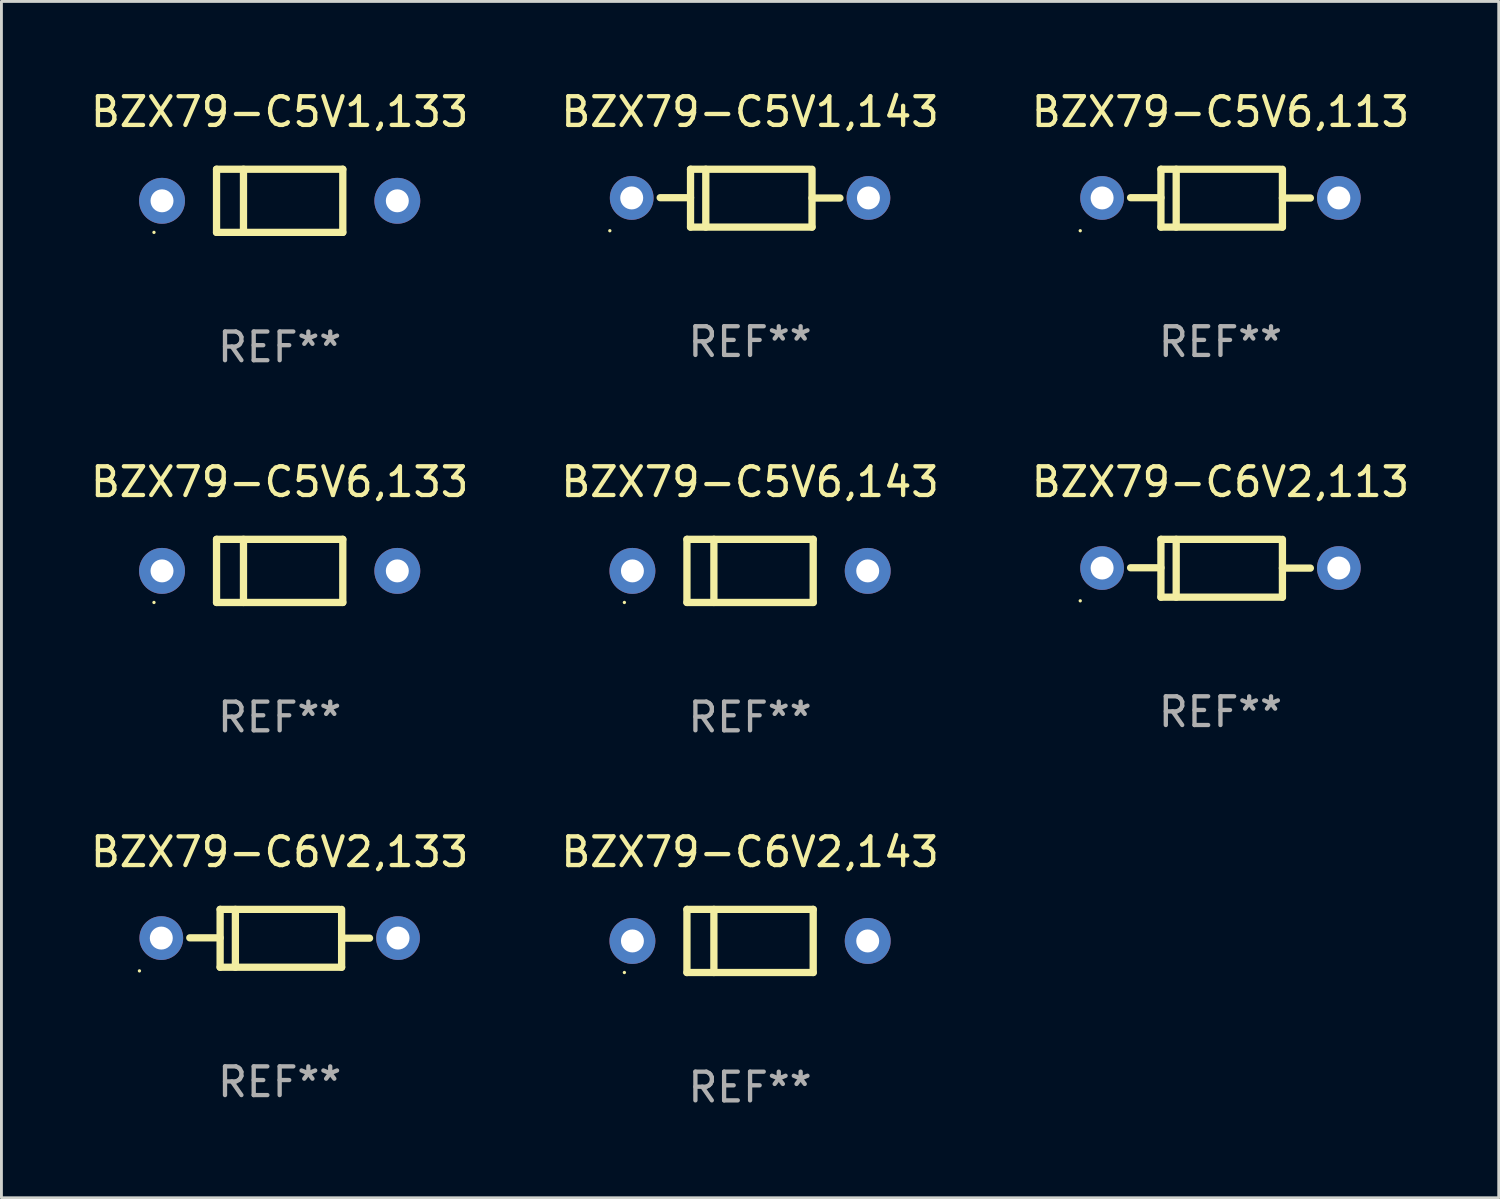
<source format=kicad_pcb>
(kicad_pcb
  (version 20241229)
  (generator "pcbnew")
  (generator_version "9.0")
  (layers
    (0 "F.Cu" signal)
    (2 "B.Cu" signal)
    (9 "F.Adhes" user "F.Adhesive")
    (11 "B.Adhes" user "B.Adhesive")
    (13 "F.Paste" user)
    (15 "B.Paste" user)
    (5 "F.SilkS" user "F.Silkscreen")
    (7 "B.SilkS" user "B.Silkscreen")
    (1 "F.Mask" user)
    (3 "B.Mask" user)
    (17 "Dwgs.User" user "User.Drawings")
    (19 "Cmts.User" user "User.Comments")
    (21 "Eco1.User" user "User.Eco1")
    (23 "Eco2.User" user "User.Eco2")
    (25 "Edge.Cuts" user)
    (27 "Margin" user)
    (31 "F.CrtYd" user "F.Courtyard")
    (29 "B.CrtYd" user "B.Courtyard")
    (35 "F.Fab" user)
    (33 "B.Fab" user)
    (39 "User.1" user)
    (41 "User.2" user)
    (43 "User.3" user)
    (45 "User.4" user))
  (footprint "BZX79-C6V2,113"
    (layer "F.Cu")
    (at 39.482 16.753)
    (property "Reference" "BZX79-C6V2,113" (at 0 -3.008 0) (layer "F.SilkS") (effects (font (size 1 1) (thickness 0.15))))
    (attr through_hole)
    (fp_line (start -2.075 -1.008) (end -2.075 1.008) (stroke (width 0.254) (type solid)) (layer "F.SilkS"))
    (fp_line (start -2.075 -0.017) (end -3.132 -0.017) (stroke (width 0.254) (type solid)) (layer "F.SilkS"))
    (fp_line (start -2.075 1.008) (end 2.159 1.008) (stroke (width 0.254) (type solid)) (layer "F.SilkS"))
    (fp_line (start -1.543 -1.008) (end -1.543 1.008) (stroke (width 0.254) (type solid)) (layer "F.SilkS"))
    (fp_line (start 2.075 -1.008) (end -2.075 -1.008) (stroke (width 0.254) (type solid)) (layer "F.SilkS"))
    (fp_line (start 2.159 -0.005) (end 3.132 -0.005) (stroke (width 0.254) (type solid)) (layer "F.SilkS"))
    (fp_line (start 2.159 1.008) (end 2.159 -1.008) (stroke (width 0.254) (type solid)) (layer "F.SilkS"))
    (fp_circle (center -4.887 1.135) (end -4.857 1.135) (stroke (width 0.06) (type solid)) (fill no) (layer "F.SilkS"))
    (fp_text user "REF**" (at 0 5.008 0) (layer "F.Fab") (effects (font (size 1 1) (thickness 0.15))))
    (pad "1" thru_hole circle (at -4.125 -0.008) (size 1.524 1.524) (drill 0.8) (layers "*.Cu" "*.Mask"))
    (pad "2" thru_hole circle (at 4.125 -0.008) (size 1.524 1.524) (drill 0.8) (layers "*.Cu" "*.Mask")))
  (footprint "BZX79-C5V1,133"
    (layer "F.Cu")
    (at 6.696 3.948)
    (property "Reference" "BZX79-C5V1,133" (at 0 -3.1 0) (layer "F.SilkS") (effects (font (size 1 1) (thickness 0.15))))
    (attr through_hole)
    (fp_line (start -2.2 -1.1) (end -2.2 1.1) (stroke (width 0.254) (type solid)) (layer "F.SilkS"))
    (fp_line (start -2.2 -1.1) (end 2.2 -1.1) (stroke (width 0.254) (type solid)) (layer "F.SilkS"))
    (fp_line (start -2.2 1.1) (end 2.2 1.1) (stroke (width 0.254) (type solid)) (layer "F.SilkS"))
    (fp_line (start -1.261 -1.1) (end -1.261 1.1) (stroke (width 0.254) (type solid)) (layer "F.SilkS"))
    (fp_line (start 2.2 -1.1) (end 2.2 1.1) (stroke (width 0.254) (type solid)) (layer "F.SilkS"))
    (fp_circle (center -4.38 1.1) (end -4.35 1.1) (stroke (width 0.06) (type solid)) (fill no) (layer "F.SilkS"))
    (fp_text user "REF**" (at 0 5.1 0) (layer "F.Fab") (effects (font (size 1 1) (thickness 0.15))))
    (pad "1" thru_hole circle (at -4.1 0) (size 1.6 1.6) (drill 0.8) (layers "*.Cu" "*.Mask"))
    (pad "2" thru_hole circle (at 4.1 0) (size 1.6 1.6) (drill 0.8) (layers "*.Cu" "*.Mask")))
  (footprint "BZX79-C6V2,143"
    (layer "F.Cu")
    (at 23.089 29.741)
    (property "Reference" "BZX79-C6V2,143" (at 0 -3.1 0) (layer "F.SilkS") (effects (font (size 1 1) (thickness 0.15))))
    (attr through_hole)
    (fp_line (start -2.2 -1.1) (end -2.2 1.1) (stroke (width 0.254) (type solid)) (layer "F.SilkS"))
    (fp_line (start -2.2 -1.1) (end 2.2 -1.1) (stroke (width 0.254) (type solid)) (layer "F.SilkS"))
    (fp_line (start -2.2 1.1) (end 2.2 1.1) (stroke (width 0.254) (type solid)) (layer "F.SilkS"))
    (fp_line (start -1.261 -1.1) (end -1.261 1.1) (stroke (width 0.254) (type solid)) (layer "F.SilkS"))
    (fp_line (start 2.2 -1.1) (end 2.2 1.1) (stroke (width 0.254) (type solid)) (layer "F.SilkS"))
    (fp_circle (center -4.38 1.1) (end -4.35 1.1) (stroke (width 0.06) (type solid)) (fill no) (layer "F.SilkS"))
    (fp_text user "REF**" (at 0 5.1 0) (layer "F.Fab") (effects (font (size 1 1) (thickness 0.15))))
    (pad "1" thru_hole circle (at -4.1 0) (size 1.6 1.6) (drill 0.8) (layers "*.Cu" "*.Mask"))
    (pad "2" thru_hole circle (at 4.1 0) (size 1.6 1.6) (drill 0.8) (layers "*.Cu" "*.Mask")))
  (footprint "BZX79-C5V6,143"
    (layer "F.Cu")
    (at 23.089 16.845)
    (property "Reference" "BZX79-C5V6,143" (at 0 -3.1 0) (layer "F.SilkS") (effects (font (size 1 1) (thickness 0.15))))
    (attr through_hole)
    (fp_line (start -2.2 -1.1) (end -2.2 1.1) (stroke (width 0.254) (type solid)) (layer "F.SilkS"))
    (fp_line (start -2.2 -1.1) (end 2.2 -1.1) (stroke (width 0.254) (type solid)) (layer "F.SilkS"))
    (fp_line (start -2.2 1.1) (end 2.2 1.1) (stroke (width 0.254) (type solid)) (layer "F.SilkS"))
    (fp_line (start -1.261 -1.1) (end -1.261 1.1) (stroke (width 0.254) (type solid)) (layer "F.SilkS"))
    (fp_line (start 2.2 -1.1) (end 2.2 1.1) (stroke (width 0.254) (type solid)) (layer "F.SilkS"))
    (fp_circle (center -4.38 1.1) (end -4.35 1.1) (stroke (width 0.06) (type solid)) (fill no) (layer "F.SilkS"))
    (fp_text user "REF**" (at 0 5.1 0) (layer "F.Fab") (effects (font (size 1 1) (thickness 0.15))))
    (pad "1" thru_hole circle (at -4.1 0) (size 1.6 1.6) (drill 0.8) (layers "*.Cu" "*.Mask"))
    (pad "2" thru_hole circle (at 4.1 0) (size 1.6 1.6) (drill 0.8) (layers "*.Cu" "*.Mask")))
  (footprint "BZX79-C6V2,133"
    (layer "F.Cu")
    (at 6.696 29.649)
    (property "Reference" "BZX79-C6V2,133" (at 0 -3.008 0) (layer "F.SilkS") (effects (font (size 1 1) (thickness 0.15))))
    (attr through_hole)
    (fp_line (start -2.075 -1.008) (end -2.075 1.008) (stroke (width 0.254) (type solid)) (layer "F.SilkS"))
    (fp_line (start -2.075 -0.017) (end -3.132 -0.017) (stroke (width 0.254) (type solid)) (layer "F.SilkS"))
    (fp_line (start -2.075 1.008) (end 2.159 1.008) (stroke (width 0.254) (type solid)) (layer "F.SilkS"))
    (fp_line (start -1.543 -1.008) (end -1.543 1.008) (stroke (width 0.254) (type solid)) (layer "F.SilkS"))
    (fp_line (start 2.075 -1.008) (end -2.075 -1.008) (stroke (width 0.254) (type solid)) (layer "F.SilkS"))
    (fp_line (start 2.159 -0.005) (end 3.132 -0.005) (stroke (width 0.254) (type solid)) (layer "F.SilkS"))
    (fp_line (start 2.159 1.008) (end 2.159 -1.008) (stroke (width 0.254) (type solid)) (layer "F.SilkS"))
    (fp_circle (center -4.887 1.135) (end -4.857 1.135) (stroke (width 0.06) (type solid)) (fill no) (layer "F.SilkS"))
    (fp_text user "REF**" (at 0 5.008 0) (layer "F.Fab") (effects (font (size 1 1) (thickness 0.15))))
    (pad "1" thru_hole circle (at -4.125 -0.008) (size 1.524 1.524) (drill 0.8) (layers "*.Cu" "*.Mask"))
    (pad "2" thru_hole circle (at 4.125 -0.008) (size 1.524 1.524) (drill 0.8) (layers "*.Cu" "*.Mask")))
  (footprint "BZX79-C5V1,143"
    (layer "F.Cu")
    (at 23.089 3.856)
    (property "Reference" "BZX79-C5V1,143" (at 0 -3.008 0) (layer "F.SilkS") (effects (font (size 1 1) (thickness 0.15))))
    (attr through_hole)
    (fp_line (start -2.075 -1.008) (end -2.075 1.008) (stroke (width 0.254) (type solid)) (layer "F.SilkS"))
    (fp_line (start -2.075 -0.017) (end -3.132 -0.017) (stroke (width 0.254) (type solid)) (layer "F.SilkS"))
    (fp_line (start -2.075 1.008) (end 2.159 1.008) (stroke (width 0.254) (type solid)) (layer "F.SilkS"))
    (fp_line (start -1.543 -1.008) (end -1.543 1.008) (stroke (width 0.254) (type solid)) (layer "F.SilkS"))
    (fp_line (start 2.075 -1.008) (end -2.075 -1.008) (stroke (width 0.254) (type solid)) (layer "F.SilkS"))
    (fp_line (start 2.159 -0.005) (end 3.132 -0.005) (stroke (width 0.254) (type solid)) (layer "F.SilkS"))
    (fp_line (start 2.159 1.008) (end 2.159 -1.008) (stroke (width 0.254) (type solid)) (layer "F.SilkS"))
    (fp_circle (center -4.887 1.135) (end -4.857 1.135) (stroke (width 0.06) (type solid)) (fill no) (layer "F.SilkS"))
    (fp_text user "REF**" (at 0 5.008 0) (layer "F.Fab") (effects (font (size 1 1) (thickness 0.15))))
    (pad "1" thru_hole circle (at -4.125 -0.008) (size 1.524 1.524) (drill 0.8) (layers "*.Cu" "*.Mask"))
    (pad "2" thru_hole circle (at 4.125 -0.008) (size 1.524 1.524) (drill 0.8) (layers "*.Cu" "*.Mask")))
  (footprint "BZX79-C5V6,133"
    (layer "F.Cu")
    (at 6.696 16.845)
    (property "Reference" "BZX79-C5V6,133" (at 0 -3.1 0) (layer "F.SilkS") (effects (font (size 1 1) (thickness 0.15))))
    (attr through_hole)
    (fp_line (start -2.2 -1.1) (end -2.2 1.1) (stroke (width 0.254) (type solid)) (layer "F.SilkS"))
    (fp_line (start -2.2 -1.1) (end 2.2 -1.1) (stroke (width 0.254) (type solid)) (layer "F.SilkS"))
    (fp_line (start -2.2 1.1) (end 2.2 1.1) (stroke (width 0.254) (type solid)) (layer "F.SilkS"))
    (fp_line (start -1.261 -1.1) (end -1.261 1.1) (stroke (width 0.254) (type solid)) (layer "F.SilkS"))
    (fp_line (start 2.2 -1.1) (end 2.2 1.1) (stroke (width 0.254) (type solid)) (layer "F.SilkS"))
    (fp_circle (center -4.38 1.1) (end -4.35 1.1) (stroke (width 0.06) (type solid)) (fill no) (layer "F.SilkS"))
    (fp_text user "REF**" (at 0 5.1 0) (layer "F.Fab") (effects (font (size 1 1) (thickness 0.15))))
    (pad "1" thru_hole circle (at -4.1 0) (size 1.6 1.6) (drill 0.8) (layers "*.Cu" "*.Mask"))
    (pad "2" thru_hole circle (at 4.1 0) (size 1.6 1.6) (drill 0.8) (layers "*.Cu" "*.Mask")))
  (footprint "BZX79-C5V6,113"
    (layer "F.Cu")
    (at 39.482 3.856)
    (property "Reference" "BZX79-C5V6,113" (at 0 -3.008 0) (layer "F.SilkS") (effects (font (size 1 1) (thickness 0.15))))
    (attr through_hole)
    (fp_line (start -2.075 -1.008) (end -2.075 1.008) (stroke (width 0.254) (type solid)) (layer "F.SilkS"))
    (fp_line (start -2.075 -0.017) (end -3.132 -0.017) (stroke (width 0.254) (type solid)) (layer "F.SilkS"))
    (fp_line (start -2.075 1.008) (end 2.159 1.008) (stroke (width 0.254) (type solid)) (layer "F.SilkS"))
    (fp_line (start -1.543 -1.008) (end -1.543 1.008) (stroke (width 0.254) (type solid)) (layer "F.SilkS"))
    (fp_line (start 2.075 -1.008) (end -2.075 -1.008) (stroke (width 0.254) (type solid)) (layer "F.SilkS"))
    (fp_line (start 2.159 -0.005) (end 3.132 -0.005) (stroke (width 0.254) (type solid)) (layer "F.SilkS"))
    (fp_line (start 2.159 1.008) (end 2.159 -1.008) (stroke (width 0.254) (type solid)) (layer "F.SilkS"))
    (fp_circle (center -4.887 1.135) (end -4.857 1.135) (stroke (width 0.06) (type solid)) (fill no) (layer "F.SilkS"))
    (fp_text user "REF**" (at 0 5.008 0) (layer "F.Fab") (effects (font (size 1 1) (thickness 0.15))))
    (pad "1" thru_hole circle (at -4.125 -0.008) (size 1.524 1.524) (drill 0.8) (layers "*.Cu" "*.Mask"))
    (pad "2" thru_hole circle (at 4.125 -0.008) (size 1.524 1.524) (drill 0.8) (layers "*.Cu" "*.Mask")))
  (gr_rect
    (start -3 -3)
    (end 49.179 38.69)
    (stroke (width 0.1) (type default))
    (fill no)
    (layer "Edge.Cuts")))
</source>
